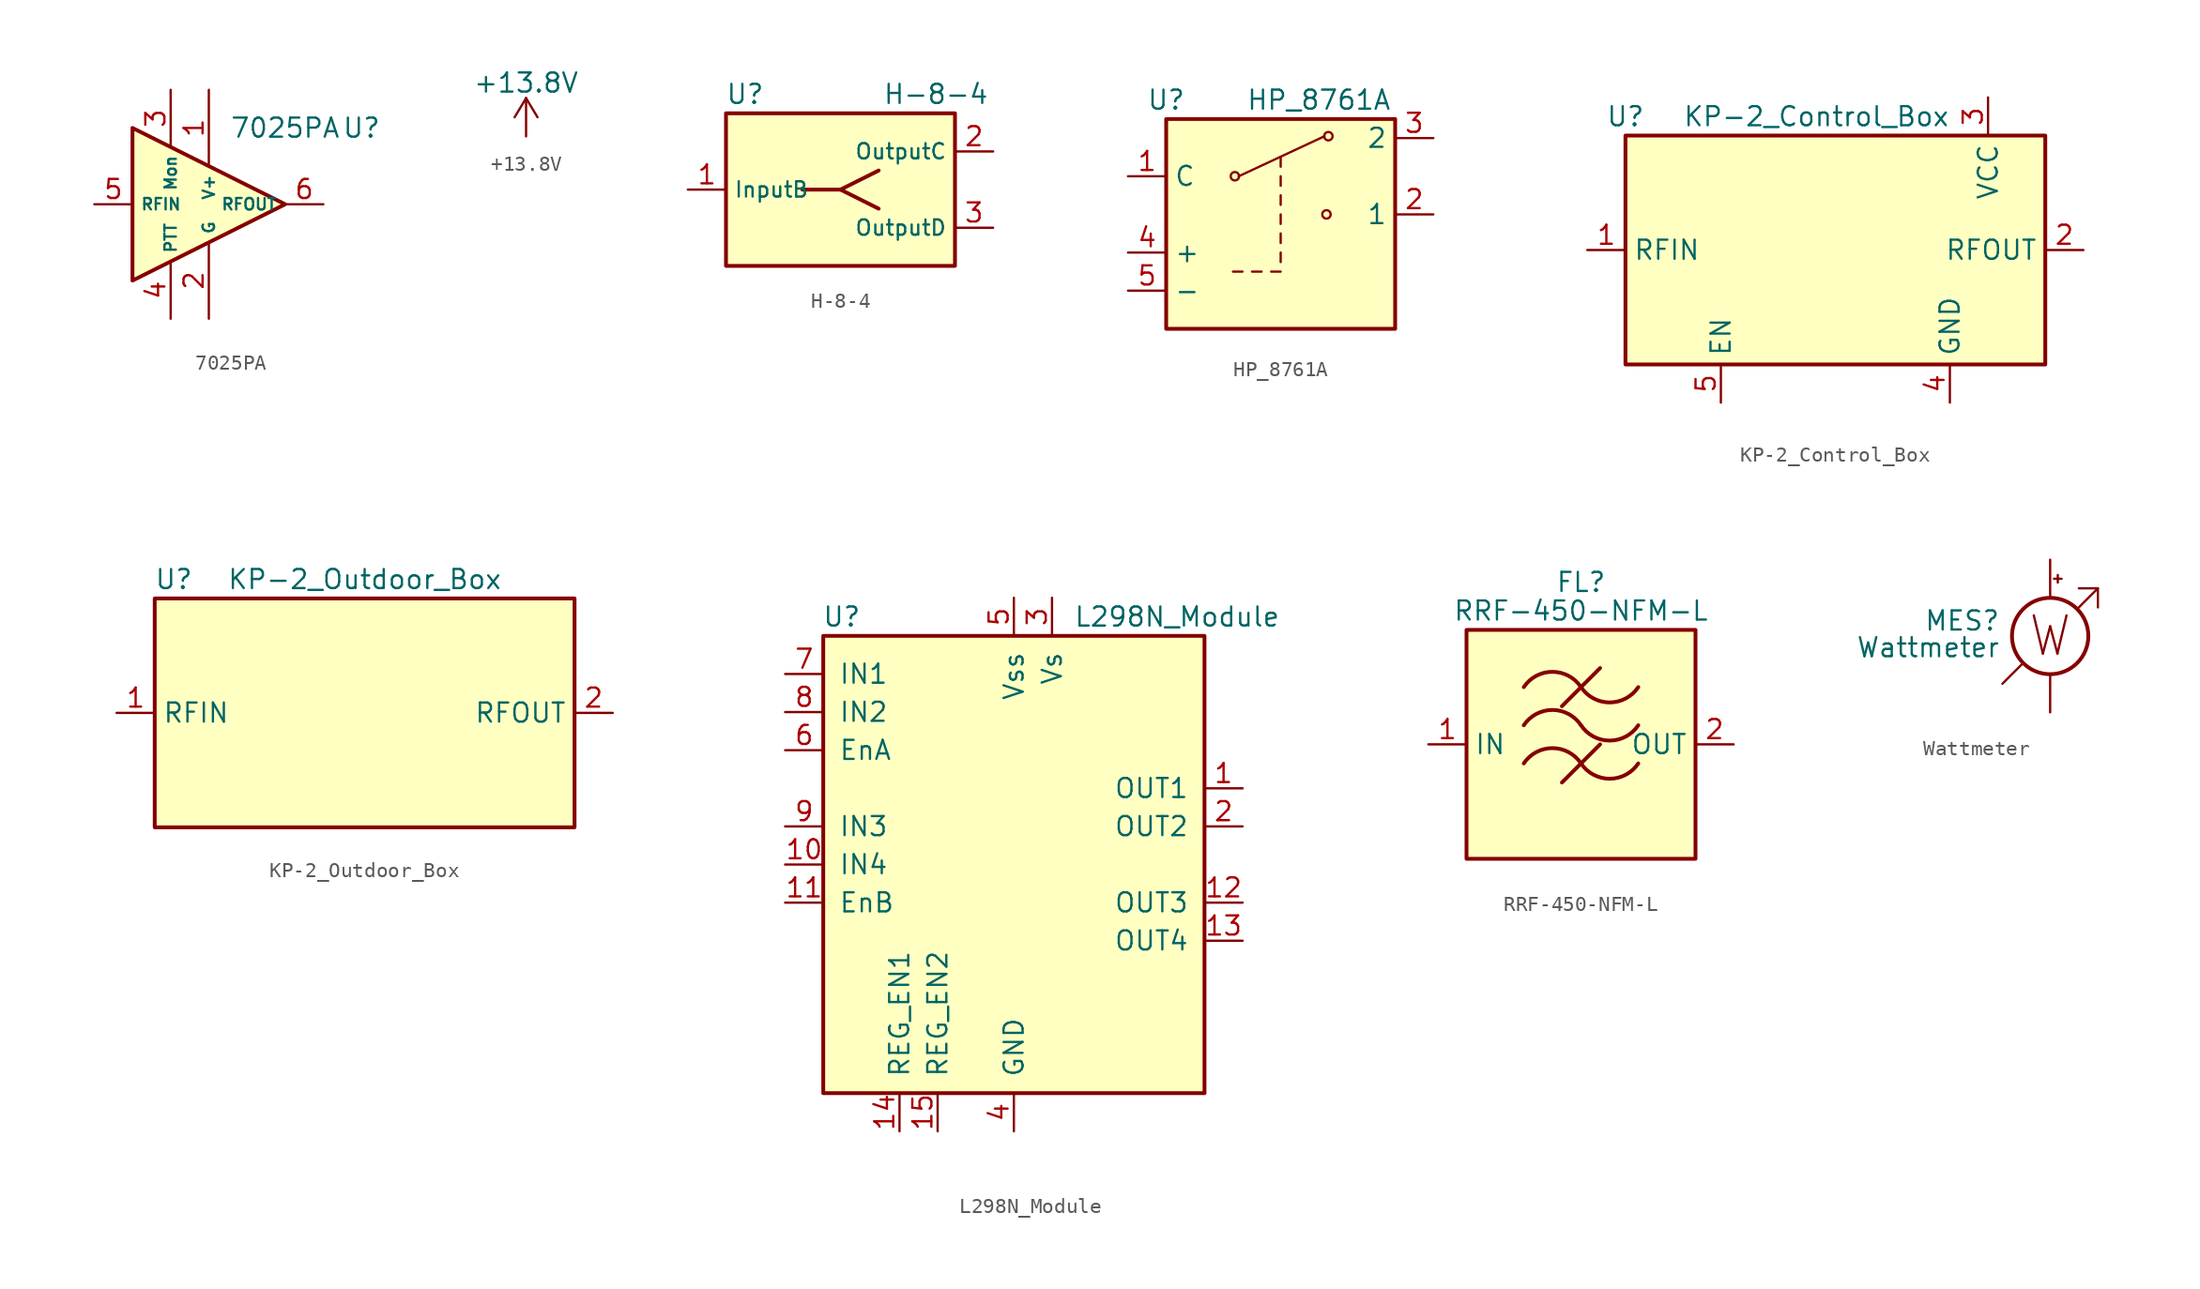
<source format=kicad_sym>
(kicad_symbol_lib
  (version 20220914)
  (generator kicad_symbol_editor)
  (symbol "7025PA"
    (property "Reference" "U"
      (at 15.24 5.08 0)
      (effects (font (size 1.27 1.27))))
    (property "Value" "7025PA"
      (at 10.16 5.08 0)
      (effects (font (size 1.27 1.27))))
    (symbol "7025PA_0_1"
      (polyline (pts (xy 0 5.08) (xy 0 -2.54) (xy 0 -5.08) (xy 10.16 0) (xy 0 5.08)) (stroke (width 0.254) (type default)) (fill (type background))))
    (symbol "7025PA_1_1"
      (pin power_in line (at 5.08 7.62 270) (length 5.08) (name "V+" (effects (font (size 0.762 0.762)))) (number "1" (effects (font (size 1.27 1.27)))))
      (pin power_in line (at 5.08 -7.62 90) (length 5.08) (name "G" (effects (font (size 0.762 0.762)))) (number "2" (effects (font (size 1.27 1.27)))))
      (pin input line (at 2.54 7.62 270) (length 3.81) (name "Mon" (effects (font (size 0.762 0.762)))) (number "3" (effects (font (size 1.27 1.27)))))
      (pin passive line (at 2.54 -7.62 90) (length 3.81) (name "PTT" (effects (font (size 0.762 0.762)))) (number "4" (effects (font (size 1.27 1.27)))))
      (pin input line (at -2.54 0 0) (length 2.54) (name "RFIN" (effects (font (size 0.762 0.762)))) (number "5" (effects (font (size 1.27 1.27)))))
      (pin output line (at 12.7 0 180) (length 2.54) (name "RFOUT" (effects (font (size 0.762 0.762)))) (number "6" (effects (font (size 1.27 1.27)))))))
  (symbol "+13.8V"
    (power)
    (pin_names
      (offset 0))
    (property "Reference" "#PWR"
      (at 0 -3.81 0)
      (effects (font (size 1.27 1.27)) hide))
    (property "Value" "+13.8V"
      (at 0 3.556 0)
      (effects (font (size 1.27 1.27))))
    (symbol "+13.8V_0_1"
      (polyline (pts (xy -0.762 1.27) (xy 0 2.54)) (stroke (width 0) (type default)) (fill (type none)))
      (polyline (pts (xy 0 0) (xy 0 2.54)) (stroke (width 0) (type default)) (fill (type none)))
      (polyline (pts (xy 0 2.54) (xy 0.762 1.27)) (stroke (width 0) (type default)) (fill (type none))))
    (symbol "+13.8V_1_1"
      (pin power_in line (at 0 0 90) (length 0) hide (name "+13.8V" (effects (font (size 1.27 1.27)))) (number "1" (effects (font (size 1.27 1.27)))))))
  (symbol "H-8-4"
    (property "Reference" "U"
      (at -6.35 6.35 0)
      (effects (font (size 1.27 1.27))))
    (property "Value" "H-8-4"
      (at 6.35 6.35 0)
      (effects (font (size 1.27 1.27))))
    (symbol "H-8-4_0_1"
      (rectangle (start -7.62 5.08) (end 7.62 -5.08) (stroke (width 0.254) (type default)) (fill (type background)))
      (polyline (pts (xy -2.54 0) (xy 0 0)) (stroke (width 0.254) (type default)) (fill (type none)))
      (polyline (pts (xy 0 0) (xy 2.54 -1.27)) (stroke (width 0.254) (type default)) (fill (type none)))
      (polyline (pts (xy 0 0) (xy 2.54 1.27)) (stroke (width 0.254) (type default)) (fill (type none))))
    (symbol "H-8-4_1_1"
      (pin input line (at -10.16 0 0) (length 2.54) (name "InputB" (effects (font (size 1.016 1.016)))) (number "1" (effects (font (size 1.27 1.27)))))
      (pin output line (at 10.16 2.54 180) (length 2.54) (name "OutputC" (effects (font (size 1.016 1.016)))) (number "2" (effects (font (size 1.27 1.27)))))
      (pin output line (at 10.16 -2.54 180) (length 2.54) (name "OutputD" (effects (font (size 1.016 1.016)))) (number "3" (effects (font (size 1.27 1.27)))))))
  (symbol "HP_8761A"
    (property "Reference" "U"
      (at -7.62 7.62 0)
      (effects (font (size 1.27 1.27))))
    (property "Value" "HP_8761A"
      (at 2.54 7.62 0)
      (effects (font (size 1.27 1.27))))
    (symbol "HP_8761A_1_1"
      (rectangle (start -7.62 6.35) (end 7.62 -7.62) (stroke (width 0.254) (type default)) (fill (type background)))
      (circle (center -3.048 2.54) (radius 0.279) (stroke (width 0) (type default)) (fill (type none)))
      (polyline (pts (xy -3.175 -3.81) (xy -2.54 -3.81)) (stroke (width 0) (type default)) (fill (type none)))
      (polyline (pts (xy -2.794 2.54) (xy 2.921 5.207)) (stroke (width 0) (type default)) (fill (type none)))
      (polyline (pts (xy -1.905 -3.81) (xy -1.27 -3.81)) (stroke (width 0) (type default)) (fill (type none)))
      (polyline (pts (xy -0.635 -3.81) (xy 0 -3.81)) (stroke (width 0) (type default)) (fill (type none)))
      (polyline (pts (xy 0 -3.175) (xy 0 -2.54)) (stroke (width 0) (type default)) (fill (type none)))
      (polyline (pts (xy 0 -1.905) (xy 0 -1.27)) (stroke (width 0) (type default)) (fill (type none)))
      (polyline (pts (xy 0 -0.635) (xy 0 0)) (stroke (width 0) (type default)) (fill (type none)))
      (polyline (pts (xy 0 0.635) (xy 0 1.27)) (stroke (width 0) (type default)) (fill (type none)))
      (polyline (pts (xy 0 1.905) (xy 0 2.54)) (stroke (width 0) (type default)) (fill (type none)))
      (polyline (pts (xy 0 3.175) (xy 0 3.81)) (stroke (width 0) (type default)) (fill (type none)))
      (circle (center 3.048 0) (radius 0.279) (stroke (width 0) (type default)) (fill (type none)))
      (circle (center 3.175 5.207) (radius 0.279) (stroke (width 0) (type default)) (fill (type none)))
      (pin passive line (at -10.16 2.54 0) (length 2.54) (name "C" (effects (font (size 1.27 1.27)))) (number "1" (effects (font (size 1.27 1.27)))))
      (pin passive line (at 10.16 0 180) (length 2.54) (name "1" (effects (font (size 1.27 1.27)))) (number "2" (effects (font (size 1.27 1.27)))))
      (pin passive line (at 10.16 5.08 180) (length 2.54) (name "2" (effects (font (size 1.27 1.27)))) (number "3" (effects (font (size 1.27 1.27)))))
      (pin input line (at -10.16 -2.54 0) (length 2.54) (name "+" (effects (font (size 1.27 1.27)))) (number "4" (effects (font (size 1.27 1.27)))))
      (pin input line (at -10.16 -5.08 0) (length 2.54) (name "-" (effects (font (size 1.27 1.27)))) (number "5" (effects (font (size 1.27 1.27)))))))
  (symbol "KP-2_Control_Box"
    (property "Reference" "U"
      (at -13.97 8.89 0)
      (effects (font (size 1.27 1.27))))
    (property "Value" "KP-2_Control_Box"
      (at -1.27 8.89 0)
      (effects (font (size 1.27 1.27))))
    (symbol "KP-2_Control_Box_1_1"
      (rectangle (start -13.97 7.62) (end 13.97 -7.62) (stroke (width 0.254) (type default)) (fill (type background)))
      (pin input line (at -16.51 0 0) (length 2.54) (name "RFIN" (effects (font (size 1.27 1.27)))) (number "1" (effects (font (size 1.27 1.27)))))
      (pin output line (at 16.51 0 180) (length 2.54) (name "RFOUT" (effects (font (size 1.27 1.27)))) (number "2" (effects (font (size 1.27 1.27)))))
      (pin power_in line (at 10.16 10.16 270) (length 2.54) (name "VCC" (effects (font (size 1.27 1.27)))) (number "3" (effects (font (size 1.27 1.27)))))
      (pin power_in line (at 7.62 -10.16 90) (length 2.54) (name "GND" (effects (font (size 1.27 1.27)))) (number "4" (effects (font (size 1.27 1.27)))))
      (pin input line (at -7.62 -10.16 90) (length 2.54) (name "EN" (effects (font (size 1.27 1.27)))) (number "5" (effects (font (size 1.27 1.27)))))))
  (symbol "KP-2_Outdoor_Box"
    (property "Reference" "U"
      (at -12.7 8.89 0)
      (effects (font (size 1.27 1.27))))
    (property "Value" "KP-2_Outdoor_Box"
      (at 0 8.89 0)
      (effects (font (size 1.27 1.27))))
    (symbol "KP-2_Outdoor_Box_1_1"
      (rectangle (start -13.97 7.62) (end 13.97 -7.62) (stroke (width 0.254) (type default)) (fill (type background)))
      (pin input line (at -16.51 0 0) (length 2.54) (name "RFIN" (effects (font (size 1.27 1.27)))) (number "1" (effects (font (size 1.27 1.27)))))
      (pin output line (at 16.51 0 180) (length 2.54) (name "RFOUT" (effects (font (size 1.27 1.27)))) (number "2" (effects (font (size 1.27 1.27)))))))
  (symbol "L298N_Module"
    (pin_names
      (offset 1.016))
    (property "Reference" "U"
      (at -10.16 16.51 0)
      (effects (font (size 1.27 1.27)) (justify right)))
    (property "Value" "L298N_Module"
      (at 17.78 16.51 0)
      (effects (font (size 1.27 1.27)) (justify right)))
    (symbol "L298N_Module_0_1"
      (rectangle (start -12.7 15.24) (end 12.7 -15.24) (stroke (width 0.254) (type default)) (fill (type background))))
    (symbol "L298N_Module_1_1"
      (pin output line (at 15.24 5.08 180) (length 2.54) (name "OUT1" (effects (font (size 1.27 1.27)))) (number "1" (effects (font (size 1.27 1.27)))))
      (pin input line (at -15.24 0 0) (length 2.54) (name "IN4" (effects (font (size 1.27 1.27)))) (number "10" (effects (font (size 1.27 1.27)))))
      (pin input line (at -15.24 -2.54 0) (length 2.54) (name "EnB" (effects (font (size 1.27 1.27)))) (number "11" (effects (font (size 1.27 1.27)))))
      (pin output line (at 15.24 -2.54 180) (length 2.54) (name "OUT3" (effects (font (size 1.27 1.27)))) (number "12" (effects (font (size 1.27 1.27)))))
      (pin output line (at 15.24 -5.08 180) (length 2.54) (name "OUT4" (effects (font (size 1.27 1.27)))) (number "13" (effects (font (size 1.27 1.27)))))
      (pin output line (at -7.62 -17.78 90) (length 2.54) (name "REG_EN1" (effects (font (size 1.27 1.27)))) (number "14" (effects (font (size 1.27 1.27)))))
      (pin input line (at -5.08 -17.78 90) (length 2.54) (name "REG_EN2" (effects (font (size 1.27 1.27)))) (number "15" (effects (font (size 1.27 1.27)))))
      (pin output line (at 15.24 2.54 180) (length 2.54) (name "OUT2" (effects (font (size 1.27 1.27)))) (number "2" (effects (font (size 1.27 1.27)))))
      (pin power_in line (at 2.54 17.78 270) (length 2.54) (name "Vs" (effects (font (size 1.27 1.27)))) (number "3" (effects (font (size 1.27 1.27)))))
      (pin power_in line (at 0 -17.78 90) (length 2.54) (name "GND" (effects (font (size 1.27 1.27)))) (number "4" (effects (font (size 1.27 1.27)))))
      (pin power_in line (at 0 17.78 270) (length 2.54) (name "Vss" (effects (font (size 1.27 1.27)))) (number "5" (effects (font (size 1.27 1.27)))))
      (pin input line (at -15.24 7.62 0) (length 2.54) (name "EnA" (effects (font (size 1.27 1.27)))) (number "6" (effects (font (size 1.27 1.27)))))
      (pin input line (at -15.24 12.7 0) (length 2.54) (name "IN1" (effects (font (size 1.27 1.27)))) (number "7" (effects (font (size 1.27 1.27)))))
      (pin input line (at -15.24 10.16 0) (length 2.54) (name "IN2" (effects (font (size 1.27 1.27)))) (number "8" (effects (font (size 1.27 1.27)))))
      (pin input line (at -15.24 2.54 0) (length 2.54) (name "IN3" (effects (font (size 1.27 1.27)))) (number "9" (effects (font (size 1.27 1.27)))))))
  (symbol "RRF-450-NFM-L"
    (property "Reference" "FL"
      (at 0 10.795 0)
      (effects (font (size 1.27 1.27))))
    (property "Value" "RRF-450-NFM-L"
      (at 0 8.89 0)
      (effects (font (size 1.27 1.27))))
    (symbol "RRF-450-NFM-L_0_1"
      (rectangle (start -7.62 7.62) (end 7.62 -7.62) (stroke (width 0.254) (type default)) (fill (type background)))
      (arc (start 0 -1.27) (mid -1.905 -0.2505) (end -3.81 -1.27) (stroke (width 0.254) (type default)) (fill (type none)))
      (arc (start 0 -1.27) (mid 1.905 -2.2895) (end 3.81 -1.27) (stroke (width 0.254) (type default)) (fill (type none)))
      (polyline (pts (xy -1.27 -2.54) (xy 1.27 0)) (stroke (width 0.254) (type default)) (fill (type none)))
      (polyline (pts (xy -1.27 2.54) (xy 1.27 5.08)) (stroke (width 0.254) (type default)) (fill (type none)))
      (arc (start 0 1.27) (mid -1.905 2.2895) (end -3.81 1.27) (stroke (width 0.254) (type default)) (fill (type none)))
      (arc (start 0 1.27) (mid 1.905 0.2505) (end 3.81 1.27) (stroke (width 0.254) (type default)) (fill (type none)))
      (arc (start 0 3.81) (mid -1.905 4.8295) (end -3.81 3.81) (stroke (width 0.254) (type default)) (fill (type none)))
      (arc (start 0 3.81) (mid 1.905 2.7905) (end 3.81 3.81) (stroke (width 0.254) (type default)) (fill (type none))))
    (symbol "RRF-450-NFM-L_1_1"
      (pin passive line (at -10.16 0 0) (length 2.54) (name "IN" (effects (font (size 1.27 1.27)))) (number "1" (effects (font (size 1.27 1.27)))))
      (pin passive line (at 10.16 0 180) (length 2.54) (name "OUT" (effects (font (size 1.27 1.27)))) (number "2" (effects (font (size 1.27 1.27)))))))
  (symbol "Wattmeter"
    (pin_numbers hide)
    (pin_names
      (offset 0.025) hide)
    (property "Reference" "MES"
      (at -3.302 1.016 0)
      (effects (font (size 1.27 1.27)) (justify right)))
    (property "Value" "Wattmeter"
      (at -3.302 -0.762 0)
      (effects (font (size 1.27 1.27)) (justify right)))
    (symbol "Wattmeter_0_0"
      (polyline (pts (xy -3.175 -3.175) (xy -1.905 -1.905)) (stroke (width 0) (type default)) (fill (type none)))
      (polyline (pts (xy 1.905 1.905) (xy 3.175 3.175)) (stroke (width 0) (type default)) (fill (type none)))
      (polyline (pts (xy 1.905 3.175) (xy 3.175 3.175) (xy 3.175 1.905)) (stroke (width 0) (type default)) (fill (type none))))
    (symbol "Wattmeter_0_1"
      (polyline (pts (xy 0.254 3.81) (xy 0.762 3.81)) (stroke (width 0) (type default)) (fill (type none)))
      (polyline (pts (xy 0.508 4.064) (xy 0.508 3.556)) (stroke (width 0) (type default)) (fill (type none)))
      (circle (center 0 0) (radius 2.54) (stroke (width 0.254) (type default)) (fill (type none))))
    (symbol "Wattmeter_1_0"
      (text "W" (at 0 0 0) (effects (font (size 2.54 2.54)))))
    (symbol "Wattmeter_1_1"
      (pin passive line (at 0 -5.08 90) (length 2.54) (name "-" (effects (font (size 1.27 1.27)))) (number "1" (effects (font (size 1.27 1.27)))))
      (pin passive line (at 0 5.08 270) (length 2.54) (name "+" (effects (font (size 1.27 1.27)))) (number "2" (effects (font (size 1.27 1.27))))))))
</source>
